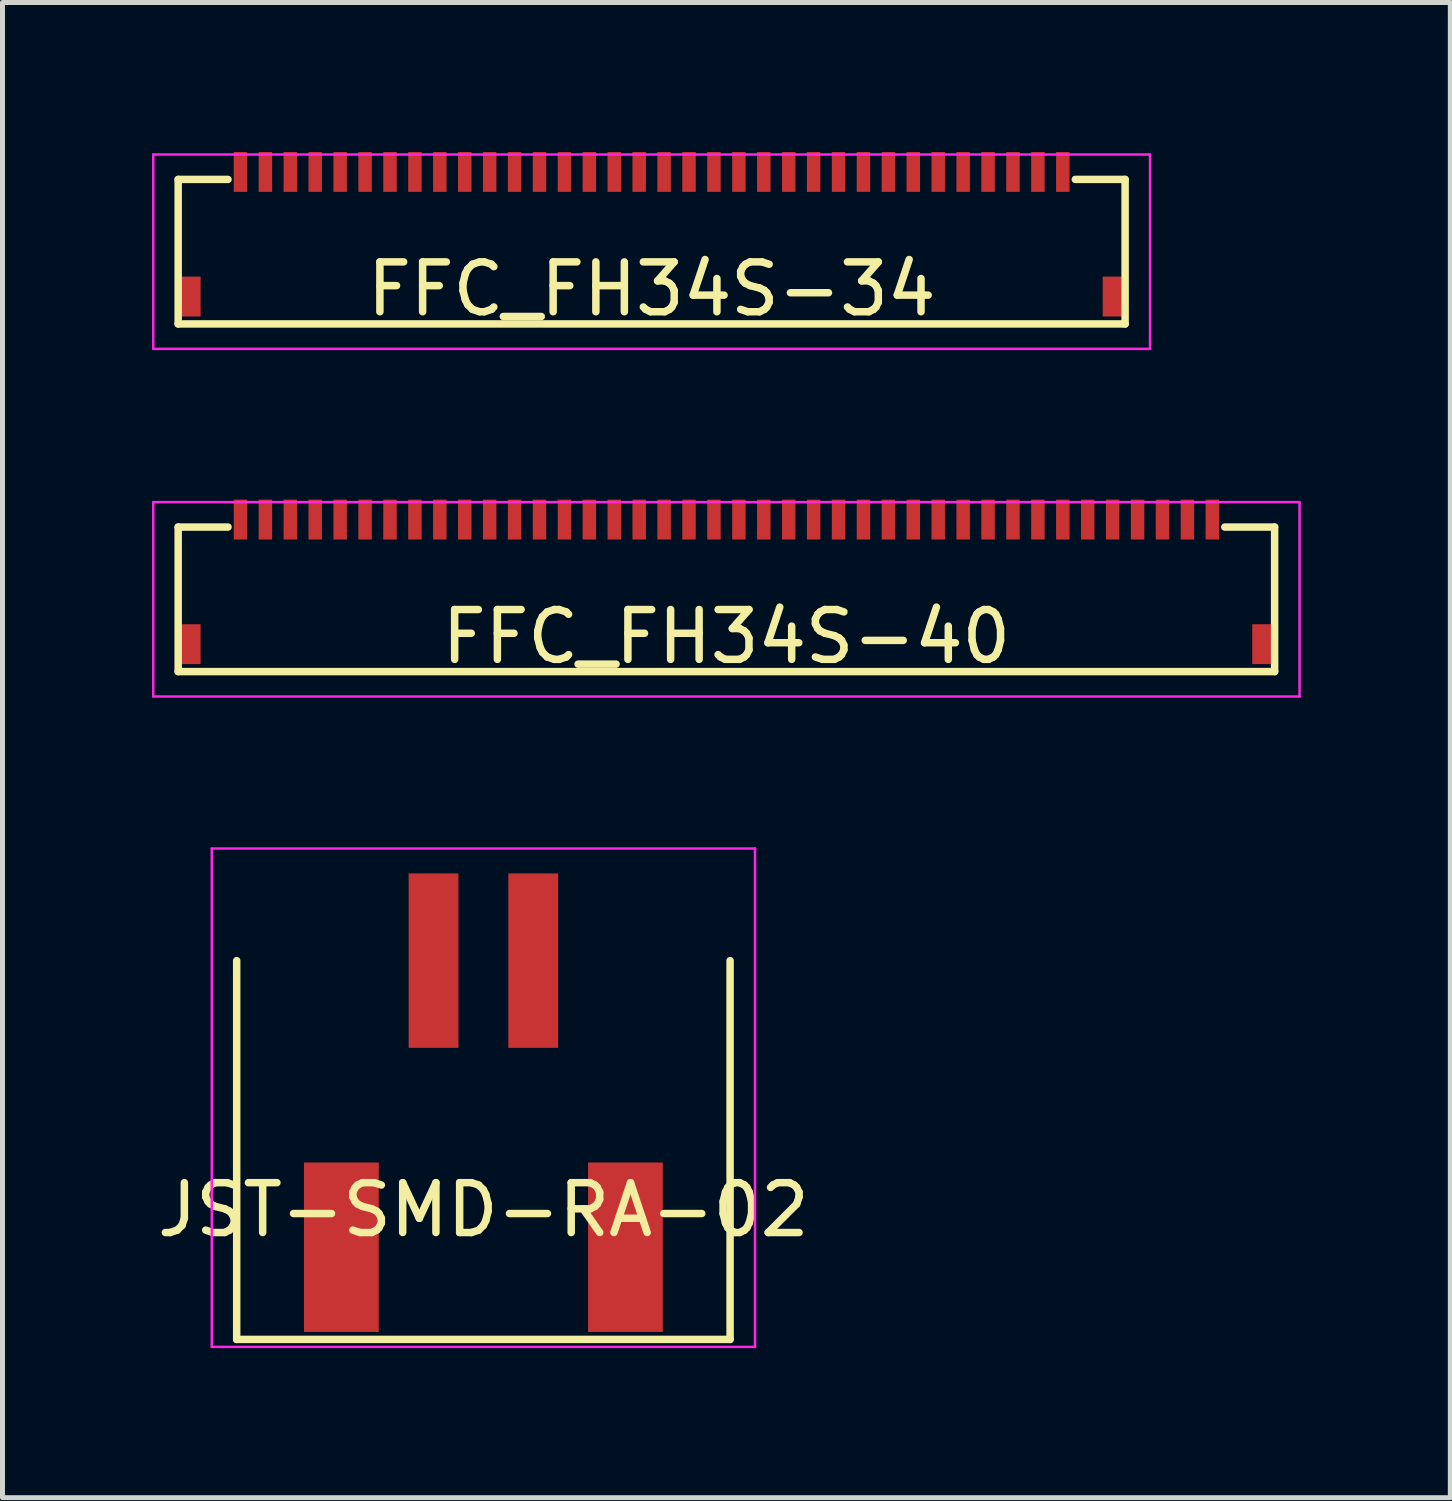
<source format=kicad_pcb>
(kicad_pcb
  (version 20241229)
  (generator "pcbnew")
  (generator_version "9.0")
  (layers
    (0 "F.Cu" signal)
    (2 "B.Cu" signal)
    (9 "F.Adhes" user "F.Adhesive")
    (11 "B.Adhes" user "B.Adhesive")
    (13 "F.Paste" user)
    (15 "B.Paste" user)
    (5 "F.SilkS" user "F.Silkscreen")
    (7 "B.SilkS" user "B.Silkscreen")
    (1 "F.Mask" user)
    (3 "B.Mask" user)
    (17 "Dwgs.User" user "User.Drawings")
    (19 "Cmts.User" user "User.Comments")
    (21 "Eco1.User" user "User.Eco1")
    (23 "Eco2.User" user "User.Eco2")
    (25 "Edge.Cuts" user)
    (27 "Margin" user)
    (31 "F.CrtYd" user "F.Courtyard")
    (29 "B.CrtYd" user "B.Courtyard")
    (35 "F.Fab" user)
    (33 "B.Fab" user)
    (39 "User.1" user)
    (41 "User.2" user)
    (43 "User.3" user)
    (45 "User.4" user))
  (footprint "FFC_FH34S-40"
    (layer "F.Cu")
    (at 11.525 7.525)
    (property "Reference" "FFC_FH34S-40" (at 0 2.2 0) (layer "F.SilkS") (effects (font (size 1 1) (thickness 0.15))))
    (attr through_hole)
    (fp_line (start -11 0) (end -11 2.9) (stroke (width 0.15) (type solid)) (layer "F.SilkS"))
    (fp_line (start -11 2.9) (end 11 2.9) (stroke (width 0.15) (type solid)) (layer "F.SilkS"))
    (fp_line (start -10 0) (end -11 0) (stroke (width 0.15) (type solid)) (layer "F.SilkS"))
    (fp_line (start 11 0) (end 10 0) (stroke (width 0.15) (type solid)) (layer "F.SilkS"))
    (fp_line (start 11 2.9) (end 11 0) (stroke (width 0.15) (type solid)) (layer "F.SilkS"))
    (fp_line (start -11.5 -0.5) (end 11.5 -0.5) (stroke (width 0.05) (type solid)) (layer "F.CrtYd"))
    (fp_line (start -11.5 3.4) (end -11.5 -0.5) (stroke (width 0.05) (type solid)) (layer "F.CrtYd"))
    (fp_line (start 11.5 -0.5) (end 11.5 3.4) (stroke (width 0.05) (type solid)) (layer "F.CrtYd"))
    (fp_line (start 11.5 3.4) (end -11.5 3.4) (stroke (width 0.05) (type solid)) (layer "F.CrtYd"))
    (pad "0" smd rect (at -10.75 2.35) (size 0.4 0.8) (layers "F.Cu" "F.Mask" "F.Paste"))
    (pad "0" smd rect (at 10.75 2.35) (size 0.4 0.8) (layers "F.Cu" "F.Mask" "F.Paste"))
    (pad "1" smd rect (at -9.75 -0.15) (size 0.27 0.8) (layers "F.Cu" "F.Mask" "F.Paste"))
    (pad "2" smd rect (at -9.25 -0.15) (size 0.27 0.8) (layers "F.Cu" "F.Mask" "F.Paste"))
    (pad "3" smd rect (at -8.75 -0.15) (size 0.27 0.8) (layers "F.Cu" "F.Mask" "F.Paste"))
    (pad "4" smd rect (at -8.25 -0.15) (size 0.27 0.8) (layers "F.Cu" "F.Mask" "F.Paste"))
    (pad "5" smd rect (at -7.75 -0.15) (size 0.27 0.8) (layers "F.Cu" "F.Mask" "F.Paste"))
    (pad "6" smd rect (at -7.25 -0.15) (size 0.27 0.8) (layers "F.Cu" "F.Mask" "F.Paste"))
    (pad "7" smd rect (at -6.75 -0.15) (size 0.27 0.8) (layers "F.Cu" "F.Mask" "F.Paste"))
    (pad "8" smd rect (at -6.25 -0.15) (size 0.27 0.8) (layers "F.Cu" "F.Mask" "F.Paste"))
    (pad "9" smd rect (at -5.75 -0.15) (size 0.27 0.8) (layers "F.Cu" "F.Mask" "F.Paste"))
    (pad "10" smd rect (at -5.25 -0.15) (size 0.27 0.8) (layers "F.Cu" "F.Mask" "F.Paste"))
    (pad "11" smd rect (at -4.75 -0.15) (size 0.27 0.8) (layers "F.Cu" "F.Mask" "F.Paste"))
    (pad "12" smd rect (at -4.25 -0.15) (size 0.27 0.8) (layers "F.Cu" "F.Mask" "F.Paste"))
    (pad "13" smd rect (at -3.75 -0.15) (size 0.27 0.8) (layers "F.Cu" "F.Mask" "F.Paste"))
    (pad "14" smd rect (at -3.25 -0.15) (size 0.27 0.8) (layers "F.Cu" "F.Mask" "F.Paste"))
    (pad "15" smd rect (at -2.75 -0.15) (size 0.27 0.8) (layers "F.Cu" "F.Mask" "F.Paste"))
    (pad "16" smd rect (at -2.25 -0.15) (size 0.27 0.8) (layers "F.Cu" "F.Mask" "F.Paste"))
    (pad "17" smd rect (at -1.75 -0.15) (size 0.27 0.8) (layers "F.Cu" "F.Mask" "F.Paste"))
    (pad "18" smd rect (at -1.25 -0.15) (size 0.27 0.8) (layers "F.Cu" "F.Mask" "F.Paste"))
    (pad "19" smd rect (at -0.75 -0.15) (size 0.27 0.8) (layers "F.Cu" "F.Mask" "F.Paste"))
    (pad "20" smd rect (at -0.25 -0.15) (size 0.27 0.8) (layers "F.Cu" "F.Mask" "F.Paste"))
    (pad "21" smd rect (at 0.25 -0.15) (size 0.27 0.8) (layers "F.Cu" "F.Mask" "F.Paste"))
    (pad "22" smd rect (at 0.75 -0.15) (size 0.27 0.8) (layers "F.Cu" "F.Mask" "F.Paste"))
    (pad "23" smd rect (at 1.25 -0.15) (size 0.27 0.8) (layers "F.Cu" "F.Mask" "F.Paste"))
    (pad "24" smd rect (at 1.75 -0.15) (size 0.27 0.8) (layers "F.Cu" "F.Mask" "F.Paste"))
    (pad "25" smd rect (at 2.25 -0.15) (size 0.27 0.8) (layers "F.Cu" "F.Mask" "F.Paste"))
    (pad "26" smd rect (at 2.75 -0.15) (size 0.27 0.8) (layers "F.Cu" "F.Mask" "F.Paste"))
    (pad "27" smd rect (at 3.25 -0.15) (size 0.27 0.8) (layers "F.Cu" "F.Mask" "F.Paste"))
    (pad "28" smd rect (at 3.75 -0.15) (size 0.27 0.8) (layers "F.Cu" "F.Mask" "F.Paste"))
    (pad "29" smd rect (at 4.25 -0.15) (size 0.27 0.8) (layers "F.Cu" "F.Mask" "F.Paste"))
    (pad "30" smd rect (at 4.75 -0.15) (size 0.27 0.8) (layers "F.Cu" "F.Mask" "F.Paste"))
    (pad "31" smd rect (at 5.25 -0.15) (size 0.27 0.8) (layers "F.Cu" "F.Mask" "F.Paste"))
    (pad "32" smd rect (at 5.75 -0.15) (size 0.27 0.8) (layers "F.Cu" "F.Mask" "F.Paste"))
    (pad "33" smd rect (at 6.25 -0.15) (size 0.27 0.8) (layers "F.Cu" "F.Mask" "F.Paste"))
    (pad "34" smd rect (at 6.75 -0.15) (size 0.27 0.8) (layers "F.Cu" "F.Mask" "F.Paste"))
    (pad "35" smd rect (at 7.25 -0.15) (size 0.27 0.8) (layers "F.Cu" "F.Mask" "F.Paste"))
    (pad "36" smd rect (at 7.75 -0.15) (size 0.27 0.8) (layers "F.Cu" "F.Mask" "F.Paste"))
    (pad "37" smd rect (at 8.25 -0.15) (size 0.27 0.8) (layers "F.Cu" "F.Mask" "F.Paste"))
    (pad "38" smd rect (at 8.75 -0.15) (size 0.27 0.8) (layers "F.Cu" "F.Mask" "F.Paste"))
    (pad "39" smd rect (at 9.25 -0.15) (size 0.27 0.8) (layers "F.Cu" "F.Mask" "F.Paste"))
    (pad "40" smd rect (at 9.75 -0.15) (size 0.27 0.8) (layers "F.Cu" "F.Mask" "F.Paste")))
  (footprint "FFC_FH34S-34"
    (layer "F.Cu")
    (at 10.025 0.55)
    (property "Reference" "FFC_FH34S-34" (at 0 2.2 0) (layer "F.SilkS") (effects (font (size 1 1) (thickness 0.15))))
    (attr through_hole)
    (fp_line (start -9.5 0) (end -9.5 2.9) (stroke (width 0.15) (type solid)) (layer "F.SilkS"))
    (fp_line (start -9.5 2.9) (end 9.5 2.9) (stroke (width 0.15) (type solid)) (layer "F.SilkS"))
    (fp_line (start -8.5 0) (end -9.5 0) (stroke (width 0.15) (type solid)) (layer "F.SilkS"))
    (fp_line (start 9.5 0) (end 8.5 0) (stroke (width 0.15) (type solid)) (layer "F.SilkS"))
    (fp_line (start 9.5 2.9) (end 9.5 0) (stroke (width 0.15) (type solid)) (layer "F.SilkS"))
    (fp_line (start -10 -0.5) (end 10 -0.5) (stroke (width 0.05) (type solid)) (layer "F.CrtYd"))
    (fp_line (start -10 3.4) (end -10 -0.5) (stroke (width 0.05) (type solid)) (layer "F.CrtYd"))
    (fp_line (start 10 -0.5) (end 10 3.4) (stroke (width 0.05) (type solid)) (layer "F.CrtYd"))
    (fp_line (start 10 3.4) (end -10 3.4) (stroke (width 0.05) (type solid)) (layer "F.CrtYd"))
    (pad "0" smd rect (at -9.25 2.35) (size 0.4 0.8) (layers "F.Cu" "F.Mask" "F.Paste"))
    (pad "0" smd rect (at 9.25 2.35) (size 0.4 0.8) (layers "F.Cu" "F.Mask" "F.Paste"))
    (pad "1" smd rect (at -8.25 -0.15) (size 0.27 0.8) (layers "F.Cu" "F.Mask" "F.Paste"))
    (pad "2" smd rect (at -7.75 -0.15) (size 0.27 0.8) (layers "F.Cu" "F.Mask" "F.Paste"))
    (pad "3" smd rect (at -7.25 -0.15) (size 0.27 0.8) (layers "F.Cu" "F.Mask" "F.Paste"))
    (pad "4" smd rect (at -6.75 -0.15) (size 0.27 0.8) (layers "F.Cu" "F.Mask" "F.Paste"))
    (pad "5" smd rect (at -6.25 -0.15) (size 0.27 0.8) (layers "F.Cu" "F.Mask" "F.Paste"))
    (pad "6" smd rect (at -5.75 -0.15) (size 0.27 0.8) (layers "F.Cu" "F.Mask" "F.Paste"))
    (pad "7" smd rect (at -5.25 -0.15) (size 0.27 0.8) (layers "F.Cu" "F.Mask" "F.Paste"))
    (pad "8" smd rect (at -4.75 -0.15) (size 0.27 0.8) (layers "F.Cu" "F.Mask" "F.Paste"))
    (pad "9" smd rect (at -4.25 -0.15) (size 0.27 0.8) (layers "F.Cu" "F.Mask" "F.Paste"))
    (pad "10" smd rect (at -3.75 -0.15) (size 0.27 0.8) (layers "F.Cu" "F.Mask" "F.Paste"))
    (pad "11" smd rect (at -3.25 -0.15) (size 0.27 0.8) (layers "F.Cu" "F.Mask" "F.Paste"))
    (pad "12" smd rect (at -2.75 -0.15) (size 0.27 0.8) (layers "F.Cu" "F.Mask" "F.Paste"))
    (pad "13" smd rect (at -2.25 -0.15) (size 0.27 0.8) (layers "F.Cu" "F.Mask" "F.Paste"))
    (pad "14" smd rect (at -1.75 -0.15) (size 0.27 0.8) (layers "F.Cu" "F.Mask" "F.Paste"))
    (pad "15" smd rect (at -1.25 -0.15) (size 0.27 0.8) (layers "F.Cu" "F.Mask" "F.Paste"))
    (pad "16" smd rect (at -0.75 -0.15) (size 0.27 0.8) (layers "F.Cu" "F.Mask" "F.Paste"))
    (pad "17" smd rect (at -0.25 -0.15) (size 0.27 0.8) (layers "F.Cu" "F.Mask" "F.Paste"))
    (pad "18" smd rect (at 0.25 -0.15) (size 0.27 0.8) (layers "F.Cu" "F.Mask" "F.Paste"))
    (pad "19" smd rect (at 0.75 -0.15) (size 0.27 0.8) (layers "F.Cu" "F.Mask" "F.Paste"))
    (pad "20" smd rect (at 1.25 -0.15) (size 0.27 0.8) (layers "F.Cu" "F.Mask" "F.Paste"))
    (pad "21" smd rect (at 1.75 -0.15) (size 0.27 0.8) (layers "F.Cu" "F.Mask" "F.Paste"))
    (pad "22" smd rect (at 2.25 -0.15) (size 0.27 0.8) (layers "F.Cu" "F.Mask" "F.Paste"))
    (pad "23" smd rect (at 2.75 -0.15) (size 0.27 0.8) (layers "F.Cu" "F.Mask" "F.Paste"))
    (pad "24" smd rect (at 3.25 -0.15) (size 0.27 0.8) (layers "F.Cu" "F.Mask" "F.Paste"))
    (pad "25" smd rect (at 3.75 -0.15) (size 0.27 0.8) (layers "F.Cu" "F.Mask" "F.Paste"))
    (pad "26" smd rect (at 4.25 -0.15) (size 0.27 0.8) (layers "F.Cu" "F.Mask" "F.Paste"))
    (pad "27" smd rect (at 4.75 -0.15) (size 0.27 0.8) (layers "F.Cu" "F.Mask" "F.Paste"))
    (pad "28" smd rect (at 5.25 -0.15) (size 0.27 0.8) (layers "F.Cu" "F.Mask" "F.Paste"))
    (pad "29" smd rect (at 5.75 -0.15) (size 0.27 0.8) (layers "F.Cu" "F.Mask" "F.Paste"))
    (pad "30" smd rect (at 6.25 -0.15) (size 0.27 0.8) (layers "F.Cu" "F.Mask" "F.Paste"))
    (pad "31" smd rect (at 6.75 -0.15) (size 0.27 0.8) (layers "F.Cu" "F.Mask" "F.Paste"))
    (pad "32" smd rect (at 7.25 -0.15) (size 0.27 0.8) (layers "F.Cu" "F.Mask" "F.Paste"))
    (pad "33" smd rect (at 7.75 -0.15) (size 0.27 0.8) (layers "F.Cu" "F.Mask" "F.Paste"))
    (pad "34" smd rect (at 8.25 -0.15) (size 0.27 0.8) (layers "F.Cu" "F.Mask" "F.Paste")))
  (footprint "JST-SMD-RA-02"
    (layer "F.Cu")
    (at 6.649 16.225)
    (property "Reference" "JST-SMD-RA-02" (at 0 5 0) (layer "F.SilkS") (effects (font (size 1 1) (thickness 0.15))))
    (attr through_hole)
    (fp_line (start -4.95 0) (end -4.95 7.6) (stroke (width 0.15) (type solid)) (layer "F.SilkS"))
    (fp_line (start -4.95 7.6) (end 4.95 7.6) (stroke (width 0.15) (type solid)) (layer "F.SilkS"))
    (fp_line (start 4.95 7.6) (end 4.95 0) (stroke (width 0.15) (type solid)) (layer "F.SilkS"))
    (fp_line (start -5.45 -2.25) (end 5.45 -2.25) (stroke (width 0.05) (type solid)) (layer "F.CrtYd"))
    (fp_line (start -5.45 7.75) (end -5.45 -2.25) (stroke (width 0.05) (type solid)) (layer "F.CrtYd"))
    (fp_line (start 5.45 -2.25) (end 5.45 7.75) (stroke (width 0.05) (type solid)) (layer "F.CrtYd"))
    (fp_line (start 5.45 7.75) (end -5.45 7.75) (stroke (width 0.05) (type solid)) (layer "F.CrtYd"))
    (pad "0" smd rect (at -2.85 5.75) (size 1.5 3.4) (layers "F.Cu" "F.Mask" "F.Paste"))
    (pad "0" smd rect (at 2.85 5.75) (size 1.5 3.4) (layers "F.Cu" "F.Mask" "F.Paste"))
    (pad "1" smd rect (at -1 0) (size 1 3.5) (layers "F.Cu" "F.Mask" "F.Paste"))
    (pad "2" smd rect (at 1 0) (size 1 3.5) (layers "F.Cu" "F.Mask" "F.Paste")))
  (gr_rect
    (start -3 -3)
    (end 26.05 27)
    (stroke (width 0.1) (type default))
    (fill no)
    (layer "Edge.Cuts")))
</source>
